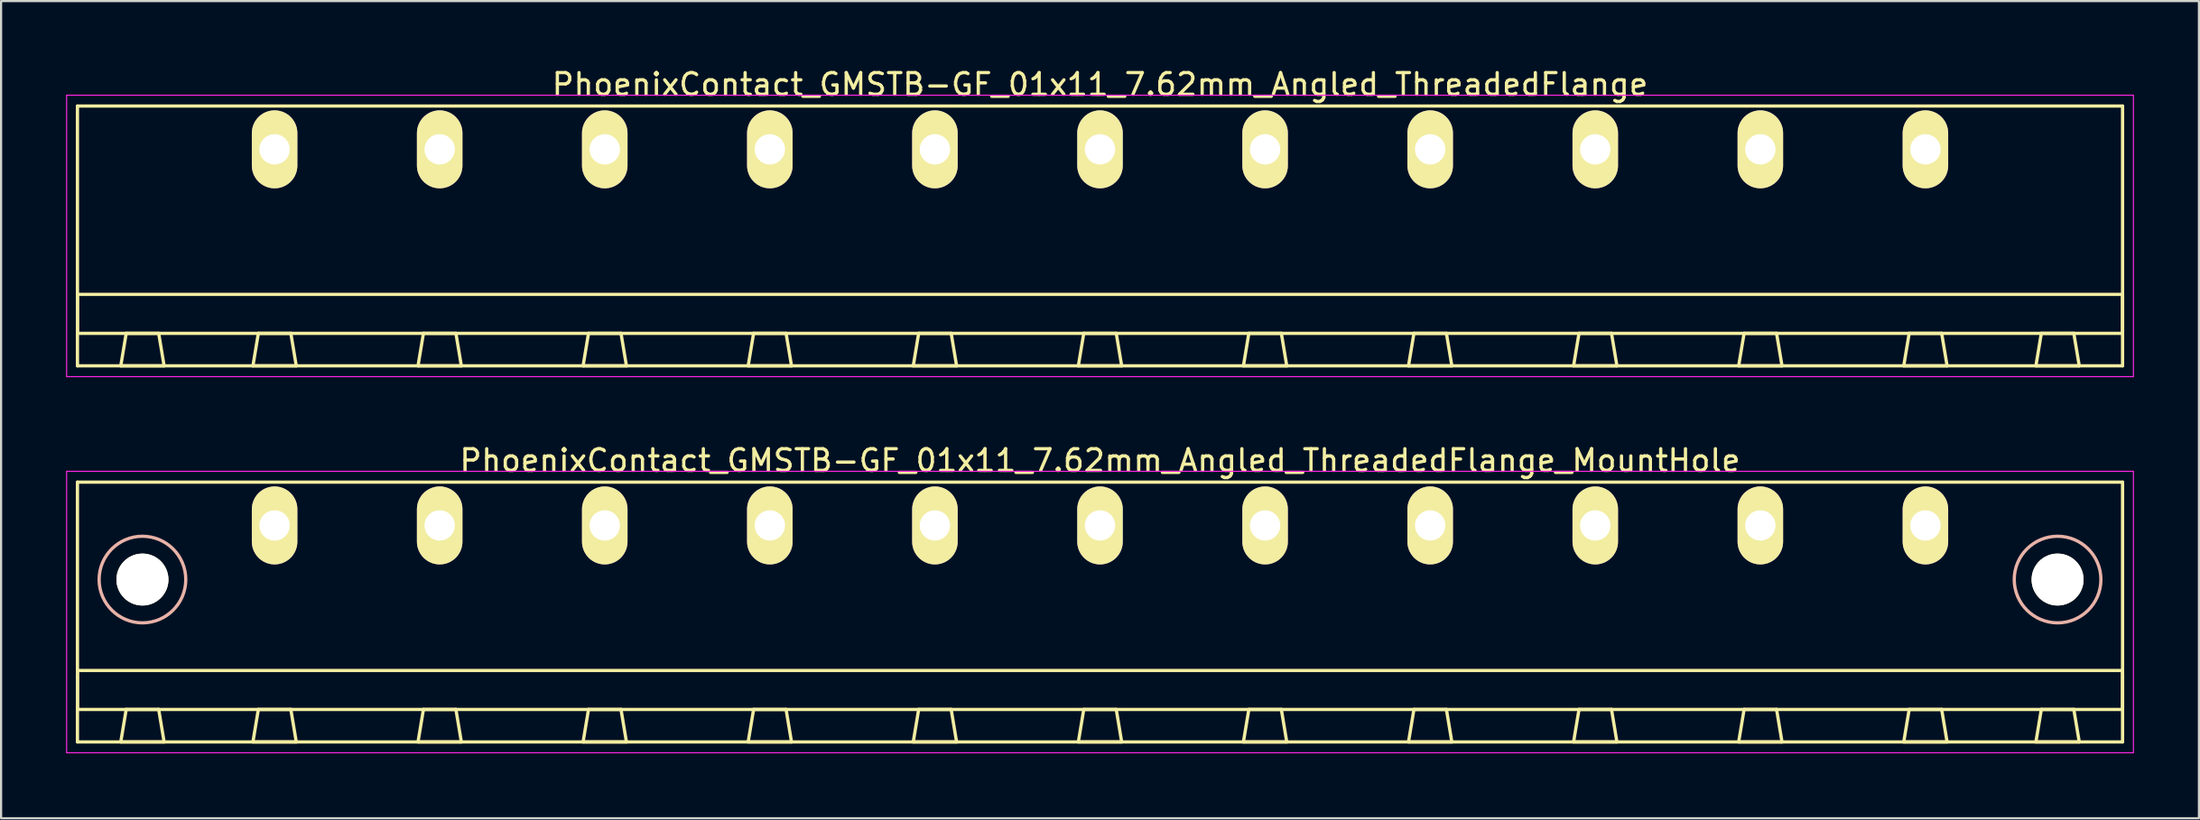
<source format=kicad_pcb>
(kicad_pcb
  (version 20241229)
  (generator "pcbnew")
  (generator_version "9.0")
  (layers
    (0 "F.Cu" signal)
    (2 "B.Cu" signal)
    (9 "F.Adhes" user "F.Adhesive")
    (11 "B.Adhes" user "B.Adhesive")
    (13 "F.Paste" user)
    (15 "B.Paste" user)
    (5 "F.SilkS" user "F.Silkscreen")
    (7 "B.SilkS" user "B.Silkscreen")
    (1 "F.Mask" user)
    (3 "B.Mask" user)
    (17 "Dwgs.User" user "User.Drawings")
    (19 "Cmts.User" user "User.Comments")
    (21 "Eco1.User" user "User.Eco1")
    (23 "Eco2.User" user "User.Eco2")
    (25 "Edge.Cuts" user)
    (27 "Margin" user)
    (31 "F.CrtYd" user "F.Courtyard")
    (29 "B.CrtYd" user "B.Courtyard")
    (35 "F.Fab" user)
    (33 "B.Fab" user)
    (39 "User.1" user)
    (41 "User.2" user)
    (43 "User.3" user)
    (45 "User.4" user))
  (footprint "PhoenixContact_GMSTB-GF_01x11_7.62mm_Angled_ThreadedFlange_MountHole"
    (layer "F.Cu")
    (at 9.625 21.221)
    (property "Reference" "PhoenixContact_GMSTB-GF_01x11_7.62mm_Angled_ThreadedFlange_MountHole" (at 38.1 -3 0) (layer "F.SilkS") (effects (font (size 1 1) (thickness 0.15))))
    (attr through_hole)
    (fp_line (start -9.1 -2) (end -9.1 10) (stroke (width 0.15) (type solid)) (layer "F.SilkS"))
    (fp_line (start -9.1 6.7) (end 85.3 6.7) (stroke (width 0.15) (type solid)) (layer "F.SilkS"))
    (fp_line (start -9.1 8.5) (end -9.1 6.7) (stroke (width 0.15) (type solid)) (layer "F.SilkS"))
    (fp_line (start -9.1 10) (end 85.3 10) (stroke (width 0.15) (type solid)) (layer "F.SilkS"))
    (fp_line (start -7.1 10) (end -5.1 10) (stroke (width 0.15) (type solid)) (layer "F.SilkS"))
    (fp_line (start -6.85 8.5) (end -7.1 10) (stroke (width 0.15) (type solid)) (layer "F.SilkS"))
    (fp_line (start -5.35 8.5) (end -6.85 8.5) (stroke (width 0.15) (type solid)) (layer "F.SilkS"))
    (fp_line (start -5.1 10) (end -5.35 8.5) (stroke (width 0.15) (type solid)) (layer "F.SilkS"))
    (fp_line (start -1 10) (end 1 10) (stroke (width 0.15) (type solid)) (layer "F.SilkS"))
    (fp_line (start -0.75 8.5) (end -1 10) (stroke (width 0.15) (type solid)) (layer "F.SilkS"))
    (fp_line (start 0.75 8.5) (end -0.75 8.5) (stroke (width 0.15) (type solid)) (layer "F.SilkS"))
    (fp_line (start 1 10) (end 0.75 8.5) (stroke (width 0.15) (type solid)) (layer "F.SilkS"))
    (fp_line (start 6.62 10) (end 8.62 10) (stroke (width 0.15) (type solid)) (layer "F.SilkS"))
    (fp_line (start 6.87 8.5) (end 6.62 10) (stroke (width 0.15) (type solid)) (layer "F.SilkS"))
    (fp_line (start 8.37 8.5) (end 6.87 8.5) (stroke (width 0.15) (type solid)) (layer "F.SilkS"))
    (fp_line (start 8.62 10) (end 8.37 8.5) (stroke (width 0.15) (type solid)) (layer "F.SilkS"))
    (fp_line (start 14.24 10) (end 16.24 10) (stroke (width 0.15) (type solid)) (layer "F.SilkS"))
    (fp_line (start 14.49 8.5) (end 14.24 10) (stroke (width 0.15) (type solid)) (layer "F.SilkS"))
    (fp_line (start 15.99 8.5) (end 14.49 8.5) (stroke (width 0.15) (type solid)) (layer "F.SilkS"))
    (fp_line (start 16.24 10) (end 15.99 8.5) (stroke (width 0.15) (type solid)) (layer "F.SilkS"))
    (fp_line (start 21.86 10) (end 23.86 10) (stroke (width 0.15) (type solid)) (layer "F.SilkS"))
    (fp_line (start 22.11 8.5) (end 21.86 10) (stroke (width 0.15) (type solid)) (layer "F.SilkS"))
    (fp_line (start 23.61 8.5) (end 22.11 8.5) (stroke (width 0.15) (type solid)) (layer "F.SilkS"))
    (fp_line (start 23.86 10) (end 23.61 8.5) (stroke (width 0.15) (type solid)) (layer "F.SilkS"))
    (fp_line (start 29.48 10) (end 31.48 10) (stroke (width 0.15) (type solid)) (layer "F.SilkS"))
    (fp_line (start 29.73 8.5) (end 29.48 10) (stroke (width 0.15) (type solid)) (layer "F.SilkS"))
    (fp_line (start 31.23 8.5) (end 29.73 8.5) (stroke (width 0.15) (type solid)) (layer "F.SilkS"))
    (fp_line (start 31.48 10) (end 31.23 8.5) (stroke (width 0.15) (type solid)) (layer "F.SilkS"))
    (fp_line (start 37.1 10) (end 39.1 10) (stroke (width 0.15) (type solid)) (layer "F.SilkS"))
    (fp_line (start 37.35 8.5) (end 37.1 10) (stroke (width 0.15) (type solid)) (layer "F.SilkS"))
    (fp_line (start 38.85 8.5) (end 37.35 8.5) (stroke (width 0.15) (type solid)) (layer "F.SilkS"))
    (fp_line (start 39.1 10) (end 38.85 8.5) (stroke (width 0.15) (type solid)) (layer "F.SilkS"))
    (fp_line (start 44.72 10) (end 46.72 10) (stroke (width 0.15) (type solid)) (layer "F.SilkS"))
    (fp_line (start 44.97 8.5) (end 44.72 10) (stroke (width 0.15) (type solid)) (layer "F.SilkS"))
    (fp_line (start 46.47 8.5) (end 44.97 8.5) (stroke (width 0.15) (type solid)) (layer "F.SilkS"))
    (fp_line (start 46.72 10) (end 46.47 8.5) (stroke (width 0.15) (type solid)) (layer "F.SilkS"))
    (fp_line (start 52.34 10) (end 54.34 10) (stroke (width 0.15) (type solid)) (layer "F.SilkS"))
    (fp_line (start 52.59 8.5) (end 52.34 10) (stroke (width 0.15) (type solid)) (layer "F.SilkS"))
    (fp_line (start 54.09 8.5) (end 52.59 8.5) (stroke (width 0.15) (type solid)) (layer "F.SilkS"))
    (fp_line (start 54.34 10) (end 54.09 8.5) (stroke (width 0.15) (type solid)) (layer "F.SilkS"))
    (fp_line (start 59.96 10) (end 61.96 10) (stroke (width 0.15) (type solid)) (layer "F.SilkS"))
    (fp_line (start 60.21 8.5) (end 59.96 10) (stroke (width 0.15) (type solid)) (layer "F.SilkS"))
    (fp_line (start 61.71 8.5) (end 60.21 8.5) (stroke (width 0.15) (type solid)) (layer "F.SilkS"))
    (fp_line (start 61.96 10) (end 61.71 8.5) (stroke (width 0.15) (type solid)) (layer "F.SilkS"))
    (fp_line (start 67.58 10) (end 69.58 10) (stroke (width 0.15) (type solid)) (layer "F.SilkS"))
    (fp_line (start 67.83 8.5) (end 67.58 10) (stroke (width 0.15) (type solid)) (layer "F.SilkS"))
    (fp_line (start 69.33 8.5) (end 67.83 8.5) (stroke (width 0.15) (type solid)) (layer "F.SilkS"))
    (fp_line (start 69.58 10) (end 69.33 8.5) (stroke (width 0.15) (type solid)) (layer "F.SilkS"))
    (fp_line (start 75.2 10) (end 77.2 10) (stroke (width 0.15) (type solid)) (layer "F.SilkS"))
    (fp_line (start 75.45 8.5) (end 75.2 10) (stroke (width 0.15) (type solid)) (layer "F.SilkS"))
    (fp_line (start 76.95 8.5) (end 75.45 8.5) (stroke (width 0.15) (type solid)) (layer "F.SilkS"))
    (fp_line (start 77.2 10) (end 76.95 8.5) (stroke (width 0.15) (type solid)) (layer "F.SilkS"))
    (fp_line (start 81.3 10) (end 83.3 10) (stroke (width 0.15) (type solid)) (layer "F.SilkS"))
    (fp_line (start 81.55 8.5) (end 81.3 10) (stroke (width 0.15) (type solid)) (layer "F.SilkS"))
    (fp_line (start 83.05 8.5) (end 81.55 8.5) (stroke (width 0.15) (type solid)) (layer "F.SilkS"))
    (fp_line (start 83.3 10) (end 83.05 8.5) (stroke (width 0.15) (type solid)) (layer "F.SilkS"))
    (fp_line (start 85.3 -2) (end -9.1 -2) (stroke (width 0.15) (type solid)) (layer "F.SilkS"))
    (fp_line (start 85.3 6.7) (end 85.3 8.5) (stroke (width 0.15) (type solid)) (layer "F.SilkS"))
    (fp_line (start 85.3 8.5) (end -9.1 8.5) (stroke (width 0.15) (type solid)) (layer "F.SilkS"))
    (fp_line (start 85.3 10) (end 85.3 -2) (stroke (width 0.15) (type solid)) (layer "F.SilkS"))
    (fp_circle (center -6.1 2.5) (end -4.1 2.5) (stroke (width 0.15) (type solid)) (fill no) (layer "B.SilkS"))
    (fp_circle (center 82.3 2.5) (end 84.3 2.5) (stroke (width 0.15) (type solid)) (fill no) (layer "B.SilkS"))
    (fp_line (start -9.6 -2.5) (end -9.6 10.5) (stroke (width 0.05) (type solid)) (layer "F.CrtYd"))
    (fp_line (start -9.6 10.5) (end 85.8 10.5) (stroke (width 0.05) (type solid)) (layer "F.CrtYd"))
    (fp_line (start 85.8 -2.5) (end -9.6 -2.5) (stroke (width 0.05) (type solid)) (layer "F.CrtYd"))
    (fp_line (start 85.8 10.5) (end 85.8 -2.5) (stroke (width 0.05) (type solid)) (layer "F.CrtYd"))
    (pad "" np_thru_hole circle (at -6.1 2.5) (size 2.4 2.4) (drill 2.4) (layers "*.Cu" "*.Mask" "F.SilkS"))
    (pad "" np_thru_hole circle (at 82.3 2.5) (size 2.4 2.4) (drill 2.4) (layers "*.Cu" "*.Mask" "F.SilkS"))
    (pad "1" thru_hole oval (at 0 0) (size 2.1 3.6) (drill 1.4) (layers "*.Cu" "*.Mask" "F.SilkS"))
    (pad "2" thru_hole oval (at 7.62 0) (size 2.1 3.6) (drill 1.4) (layers "*.Cu" "*.Mask" "F.SilkS"))
    (pad "3" thru_hole oval (at 15.24 0) (size 2.1 3.6) (drill 1.4) (layers "*.Cu" "*.Mask" "F.SilkS"))
    (pad "4" thru_hole oval (at 22.86 0) (size 2.1 3.6) (drill 1.4) (layers "*.Cu" "*.Mask" "F.SilkS"))
    (pad "5" thru_hole oval (at 30.48 0) (size 2.1 3.6) (drill 1.4) (layers "*.Cu" "*.Mask" "F.SilkS"))
    (pad "6" thru_hole oval (at 38.1 0) (size 2.1 3.6) (drill 1.4) (layers "*.Cu" "*.Mask" "F.SilkS"))
    (pad "7" thru_hole oval (at 45.72 0) (size 2.1 3.6) (drill 1.4) (layers "*.Cu" "*.Mask" "F.SilkS"))
    (pad "8" thru_hole oval (at 53.34 0) (size 2.1 3.6) (drill 1.4) (layers "*.Cu" "*.Mask" "F.SilkS"))
    (pad "9" thru_hole oval (at 60.96 0) (size 2.1 3.6) (drill 1.4) (layers "*.Cu" "*.Mask" "F.SilkS"))
    (pad "10" thru_hole oval (at 68.58 0) (size 2.1 3.6) (drill 1.4) (layers "*.Cu" "*.Mask" "F.SilkS"))
    (pad "11" thru_hole oval (at 76.2 0) (size 2.1 3.6) (drill 1.4) (layers "*.Cu" "*.Mask" "F.SilkS")))
  (footprint "PhoenixContact_GMSTB-GF_01x11_7.62mm_Angled_ThreadedFlange"
    (layer "F.Cu")
    (at 9.625 3.848)
    (property "Reference" "PhoenixContact_GMSTB-GF_01x11_7.62mm_Angled_ThreadedFlange" (at 38.1 -3 0) (layer "F.SilkS") (effects (font (size 1 1) (thickness 0.15))))
    (attr through_hole)
    (fp_line (start -9.1 -2) (end -9.1 10) (stroke (width 0.15) (type solid)) (layer "F.SilkS"))
    (fp_line (start -9.1 6.7) (end 85.3 6.7) (stroke (width 0.15) (type solid)) (layer "F.SilkS"))
    (fp_line (start -9.1 8.5) (end -9.1 6.7) (stroke (width 0.15) (type solid)) (layer "F.SilkS"))
    (fp_line (start -9.1 10) (end 85.3 10) (stroke (width 0.15) (type solid)) (layer "F.SilkS"))
    (fp_line (start -7.1 10) (end -5.1 10) (stroke (width 0.15) (type solid)) (layer "F.SilkS"))
    (fp_line (start -6.85 8.5) (end -7.1 10) (stroke (width 0.15) (type solid)) (layer "F.SilkS"))
    (fp_line (start -5.35 8.5) (end -6.85 8.5) (stroke (width 0.15) (type solid)) (layer "F.SilkS"))
    (fp_line (start -5.1 10) (end -5.35 8.5) (stroke (width 0.15) (type solid)) (layer "F.SilkS"))
    (fp_line (start -1 10) (end 1 10) (stroke (width 0.15) (type solid)) (layer "F.SilkS"))
    (fp_line (start -0.75 8.5) (end -1 10) (stroke (width 0.15) (type solid)) (layer "F.SilkS"))
    (fp_line (start 0.75 8.5) (end -0.75 8.5) (stroke (width 0.15) (type solid)) (layer "F.SilkS"))
    (fp_line (start 1 10) (end 0.75 8.5) (stroke (width 0.15) (type solid)) (layer "F.SilkS"))
    (fp_line (start 6.62 10) (end 8.62 10) (stroke (width 0.15) (type solid)) (layer "F.SilkS"))
    (fp_line (start 6.87 8.5) (end 6.62 10) (stroke (width 0.15) (type solid)) (layer "F.SilkS"))
    (fp_line (start 8.37 8.5) (end 6.87 8.5) (stroke (width 0.15) (type solid)) (layer "F.SilkS"))
    (fp_line (start 8.62 10) (end 8.37 8.5) (stroke (width 0.15) (type solid)) (layer "F.SilkS"))
    (fp_line (start 14.24 10) (end 16.24 10) (stroke (width 0.15) (type solid)) (layer "F.SilkS"))
    (fp_line (start 14.49 8.5) (end 14.24 10) (stroke (width 0.15) (type solid)) (layer "F.SilkS"))
    (fp_line (start 15.99 8.5) (end 14.49 8.5) (stroke (width 0.15) (type solid)) (layer "F.SilkS"))
    (fp_line (start 16.24 10) (end 15.99 8.5) (stroke (width 0.15) (type solid)) (layer "F.SilkS"))
    (fp_line (start 21.86 10) (end 23.86 10) (stroke (width 0.15) (type solid)) (layer "F.SilkS"))
    (fp_line (start 22.11 8.5) (end 21.86 10) (stroke (width 0.15) (type solid)) (layer "F.SilkS"))
    (fp_line (start 23.61 8.5) (end 22.11 8.5) (stroke (width 0.15) (type solid)) (layer "F.SilkS"))
    (fp_line (start 23.86 10) (end 23.61 8.5) (stroke (width 0.15) (type solid)) (layer "F.SilkS"))
    (fp_line (start 29.48 10) (end 31.48 10) (stroke (width 0.15) (type solid)) (layer "F.SilkS"))
    (fp_line (start 29.73 8.5) (end 29.48 10) (stroke (width 0.15) (type solid)) (layer "F.SilkS"))
    (fp_line (start 31.23 8.5) (end 29.73 8.5) (stroke (width 0.15) (type solid)) (layer "F.SilkS"))
    (fp_line (start 31.48 10) (end 31.23 8.5) (stroke (width 0.15) (type solid)) (layer "F.SilkS"))
    (fp_line (start 37.1 10) (end 39.1 10) (stroke (width 0.15) (type solid)) (layer "F.SilkS"))
    (fp_line (start 37.35 8.5) (end 37.1 10) (stroke (width 0.15) (type solid)) (layer "F.SilkS"))
    (fp_line (start 38.85 8.5) (end 37.35 8.5) (stroke (width 0.15) (type solid)) (layer "F.SilkS"))
    (fp_line (start 39.1 10) (end 38.85 8.5) (stroke (width 0.15) (type solid)) (layer "F.SilkS"))
    (fp_line (start 44.72 10) (end 46.72 10) (stroke (width 0.15) (type solid)) (layer "F.SilkS"))
    (fp_line (start 44.97 8.5) (end 44.72 10) (stroke (width 0.15) (type solid)) (layer "F.SilkS"))
    (fp_line (start 46.47 8.5) (end 44.97 8.5) (stroke (width 0.15) (type solid)) (layer "F.SilkS"))
    (fp_line (start 46.72 10) (end 46.47 8.5) (stroke (width 0.15) (type solid)) (layer "F.SilkS"))
    (fp_line (start 52.34 10) (end 54.34 10) (stroke (width 0.15) (type solid)) (layer "F.SilkS"))
    (fp_line (start 52.59 8.5) (end 52.34 10) (stroke (width 0.15) (type solid)) (layer "F.SilkS"))
    (fp_line (start 54.09 8.5) (end 52.59 8.5) (stroke (width 0.15) (type solid)) (layer "F.SilkS"))
    (fp_line (start 54.34 10) (end 54.09 8.5) (stroke (width 0.15) (type solid)) (layer "F.SilkS"))
    (fp_line (start 59.96 10) (end 61.96 10) (stroke (width 0.15) (type solid)) (layer "F.SilkS"))
    (fp_line (start 60.21 8.5) (end 59.96 10) (stroke (width 0.15) (type solid)) (layer "F.SilkS"))
    (fp_line (start 61.71 8.5) (end 60.21 8.5) (stroke (width 0.15) (type solid)) (layer "F.SilkS"))
    (fp_line (start 61.96 10) (end 61.71 8.5) (stroke (width 0.15) (type solid)) (layer "F.SilkS"))
    (fp_line (start 67.58 10) (end 69.58 10) (stroke (width 0.15) (type solid)) (layer "F.SilkS"))
    (fp_line (start 67.83 8.5) (end 67.58 10) (stroke (width 0.15) (type solid)) (layer "F.SilkS"))
    (fp_line (start 69.33 8.5) (end 67.83 8.5) (stroke (width 0.15) (type solid)) (layer "F.SilkS"))
    (fp_line (start 69.58 10) (end 69.33 8.5) (stroke (width 0.15) (type solid)) (layer "F.SilkS"))
    (fp_line (start 75.2 10) (end 77.2 10) (stroke (width 0.15) (type solid)) (layer "F.SilkS"))
    (fp_line (start 75.45 8.5) (end 75.2 10) (stroke (width 0.15) (type solid)) (layer "F.SilkS"))
    (fp_line (start 76.95 8.5) (end 75.45 8.5) (stroke (width 0.15) (type solid)) (layer "F.SilkS"))
    (fp_line (start 77.2 10) (end 76.95 8.5) (stroke (width 0.15) (type solid)) (layer "F.SilkS"))
    (fp_line (start 81.3 10) (end 83.3 10) (stroke (width 0.15) (type solid)) (layer "F.SilkS"))
    (fp_line (start 81.55 8.5) (end 81.3 10) (stroke (width 0.15) (type solid)) (layer "F.SilkS"))
    (fp_line (start 83.05 8.5) (end 81.55 8.5) (stroke (width 0.15) (type solid)) (layer "F.SilkS"))
    (fp_line (start 83.3 10) (end 83.05 8.5) (stroke (width 0.15) (type solid)) (layer "F.SilkS"))
    (fp_line (start 85.3 -2) (end -9.1 -2) (stroke (width 0.15) (type solid)) (layer "F.SilkS"))
    (fp_line (start 85.3 6.7) (end 85.3 8.5) (stroke (width 0.15) (type solid)) (layer "F.SilkS"))
    (fp_line (start 85.3 8.5) (end -9.1 8.5) (stroke (width 0.15) (type solid)) (layer "F.SilkS"))
    (fp_line (start 85.3 10) (end 85.3 -2) (stroke (width 0.15) (type solid)) (layer "F.SilkS"))
    (fp_line (start -9.6 -2.5) (end -9.6 10.5) (stroke (width 0.05) (type solid)) (layer "F.CrtYd"))
    (fp_line (start -9.6 10.5) (end 85.8 10.5) (stroke (width 0.05) (type solid)) (layer "F.CrtYd"))
    (fp_line (start 85.8 -2.5) (end -9.6 -2.5) (stroke (width 0.05) (type solid)) (layer "F.CrtYd"))
    (fp_line (start 85.8 10.5) (end 85.8 -2.5) (stroke (width 0.05) (type solid)) (layer "F.CrtYd"))
    (pad "1" thru_hole oval (at 0 0) (size 2.1 3.6) (drill 1.4) (layers "*.Cu" "*.Mask" "F.SilkS"))
    (pad "2" thru_hole oval (at 7.62 0) (size 2.1 3.6) (drill 1.4) (layers "*.Cu" "*.Mask" "F.SilkS"))
    (pad "3" thru_hole oval (at 15.24 0) (size 2.1 3.6) (drill 1.4) (layers "*.Cu" "*.Mask" "F.SilkS"))
    (pad "4" thru_hole oval (at 22.86 0) (size 2.1 3.6) (drill 1.4) (layers "*.Cu" "*.Mask" "F.SilkS"))
    (pad "5" thru_hole oval (at 30.48 0) (size 2.1 3.6) (drill 1.4) (layers "*.Cu" "*.Mask" "F.SilkS"))
    (pad "6" thru_hole oval (at 38.1 0) (size 2.1 3.6) (drill 1.4) (layers "*.Cu" "*.Mask" "F.SilkS"))
    (pad "7" thru_hole oval (at 45.72 0) (size 2.1 3.6) (drill 1.4) (layers "*.Cu" "*.Mask" "F.SilkS"))
    (pad "8" thru_hole oval (at 53.34 0) (size 2.1 3.6) (drill 1.4) (layers "*.Cu" "*.Mask" "F.SilkS"))
    (pad "9" thru_hole oval (at 60.96 0) (size 2.1 3.6) (drill 1.4) (layers "*.Cu" "*.Mask" "F.SilkS"))
    (pad "10" thru_hole oval (at 68.58 0) (size 2.1 3.6) (drill 1.4) (layers "*.Cu" "*.Mask" "F.SilkS"))
    (pad "11" thru_hole oval (at 76.2 0) (size 2.1 3.6) (drill 1.4) (layers "*.Cu" "*.Mask" "F.SilkS")))
  (gr_rect
    (start -3 -3)
    (end 98.45 34.746)
    (stroke (width 0.1) (type default))
    (fill no)
    (layer "Edge.Cuts")))
</source>
